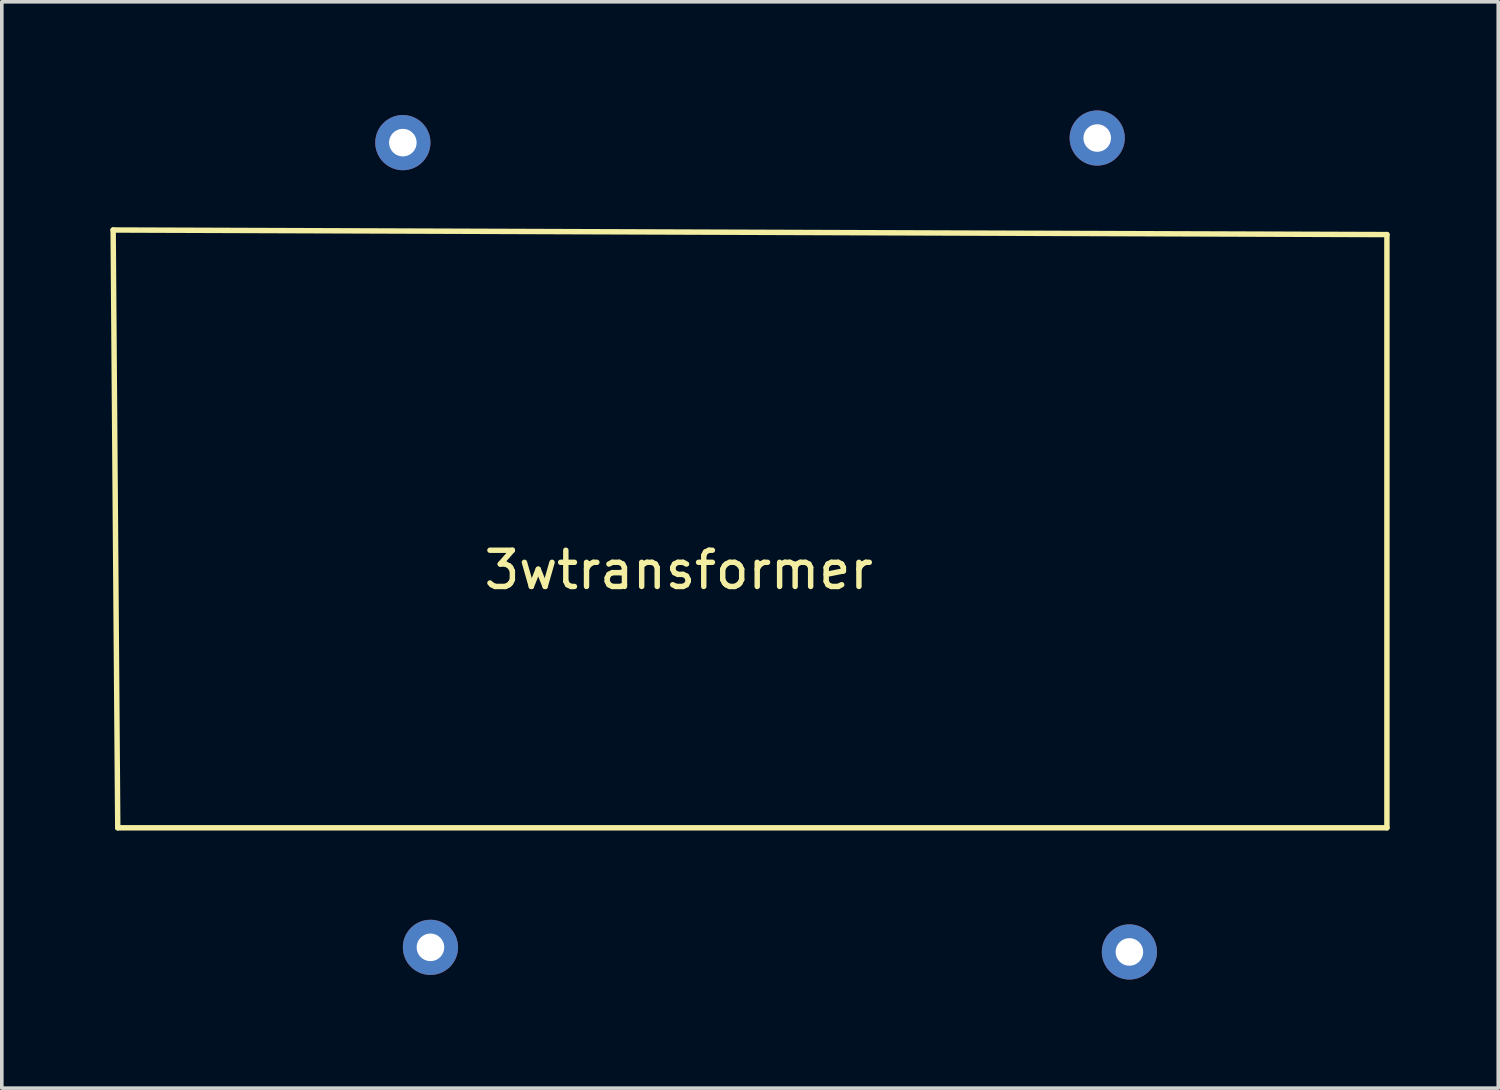
<source format=kicad_pcb>
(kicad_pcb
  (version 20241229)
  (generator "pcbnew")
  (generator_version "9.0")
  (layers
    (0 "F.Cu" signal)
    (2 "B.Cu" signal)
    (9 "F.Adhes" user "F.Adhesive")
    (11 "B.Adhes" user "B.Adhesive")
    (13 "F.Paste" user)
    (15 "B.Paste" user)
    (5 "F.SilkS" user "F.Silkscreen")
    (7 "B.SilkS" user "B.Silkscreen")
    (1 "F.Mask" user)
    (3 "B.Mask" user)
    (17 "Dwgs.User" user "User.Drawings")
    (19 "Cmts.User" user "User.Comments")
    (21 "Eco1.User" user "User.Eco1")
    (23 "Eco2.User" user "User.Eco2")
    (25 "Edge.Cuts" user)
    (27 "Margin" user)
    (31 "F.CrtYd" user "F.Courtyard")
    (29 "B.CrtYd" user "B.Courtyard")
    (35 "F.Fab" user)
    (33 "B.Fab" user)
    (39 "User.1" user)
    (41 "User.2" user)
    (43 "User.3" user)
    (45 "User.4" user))
  (footprint "3wtransformer"
    (layer "F.Cu")
    (at 15.696 12.192)
    (property "Reference" "3wtransformer" (at 0 0.5 0) (layer "F.SilkS") (effects (font (size 1 1) (thickness 0.15))))
    (attr through_hole)
    (fp_line (start -15.621 -8.89) (end -15.494 7.62) (stroke (width 0.15) (type solid)) (layer "F.SilkS"))
    (fp_line (start -15.494 7.62) (end 19.558 7.62) (stroke (width 0.15) (type solid)) (layer "F.SilkS"))
    (fp_line (start 19.558 -8.763) (end -15.621 -8.89) (stroke (width 0.15) (type solid)) (layer "F.SilkS"))
    (fp_line (start 19.558 7.62) (end 19.558 -8.763) (stroke (width 0.15) (type solid)) (layer "F.SilkS"))
    (pad "1" thru_hole circle (at -7.62 -11.303) (size 1.524 1.524) (drill 0.762) (layers "*.Cu" "*.Mask"))
    (pad "2" thru_hole circle (at 11.557 -11.43) (size 1.524 1.524) (drill 0.762) (layers "*.Cu" "*.Mask"))
    (pad "3" thru_hole circle (at -6.858 10.922) (size 1.524 1.524) (drill 0.762) (layers "*.Cu" "*.Mask"))
    (pad "4" thru_hole circle (at 12.446 11.049) (size 1.524 1.524) (drill 0.762) (layers "*.Cu" "*.Mask")))
  (gr_rect
    (start -3 -3)
    (end 38.329 27.003)
    (stroke (width 0.1) (type default))
    (fill no)
    (layer "Edge.Cuts")))
</source>
